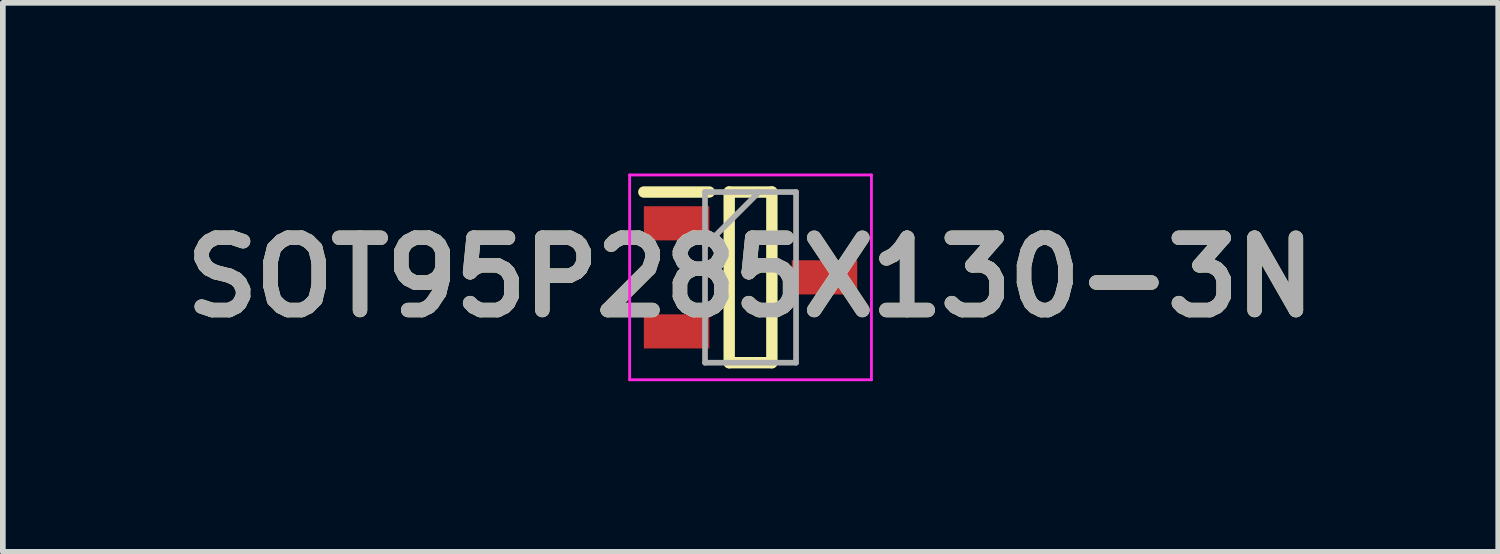
<source format=kicad_pcb>
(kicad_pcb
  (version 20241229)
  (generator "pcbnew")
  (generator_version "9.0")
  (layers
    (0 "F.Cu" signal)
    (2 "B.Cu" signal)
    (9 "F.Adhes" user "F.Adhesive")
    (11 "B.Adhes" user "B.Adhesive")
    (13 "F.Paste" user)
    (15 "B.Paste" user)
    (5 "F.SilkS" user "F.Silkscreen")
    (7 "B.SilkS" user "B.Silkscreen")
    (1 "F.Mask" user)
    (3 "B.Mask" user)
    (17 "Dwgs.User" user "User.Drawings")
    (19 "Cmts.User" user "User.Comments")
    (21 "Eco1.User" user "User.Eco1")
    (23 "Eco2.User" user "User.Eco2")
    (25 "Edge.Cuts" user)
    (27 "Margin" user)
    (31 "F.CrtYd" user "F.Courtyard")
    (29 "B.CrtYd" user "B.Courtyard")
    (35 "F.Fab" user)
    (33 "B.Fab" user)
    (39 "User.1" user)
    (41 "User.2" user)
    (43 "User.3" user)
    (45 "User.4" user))
  (footprint "SOT95P285X130-3N"
    (layer "F.Cu")
    (at 10.142 1.825)
    (property "Reference" "SOT95P285X130-3N" (at 0 0 0) (layer "F.SilkS") (effects (font (size 1.27 1.27) (thickness 0.254))))
    (attr smd)
    (fp_line (start -1.875 -1.5) (end -0.725 -1.5) (stroke (width 0.2) (type solid)) (layer "F.SilkS"))
    (fp_line (start -0.375 -1.5) (end 0.375 -1.5) (stroke (width 0.2) (type solid)) (layer "F.SilkS"))
    (fp_line (start -0.375 1.5) (end -0.375 -1.5) (stroke (width 0.2) (type solid)) (layer "F.SilkS"))
    (fp_line (start 0.375 -1.5) (end 0.375 1.5) (stroke (width 0.2) (type solid)) (layer "F.SilkS"))
    (fp_line (start 0.375 1.5) (end -0.375 1.5) (stroke (width 0.2) (type solid)) (layer "F.SilkS"))
    (fp_line (start -2.125 -1.8) (end 2.125 -1.8) (stroke (width 0.05) (type solid)) (layer "F.CrtYd"))
    (fp_line (start -2.125 1.8) (end -2.125 -1.8) (stroke (width 0.05) (type solid)) (layer "F.CrtYd"))
    (fp_line (start 2.125 -1.8) (end 2.125 1.8) (stroke (width 0.05) (type solid)) (layer "F.CrtYd"))
    (fp_line (start 2.125 1.8) (end -2.125 1.8) (stroke (width 0.05) (type solid)) (layer "F.CrtYd"))
    (fp_line (start -0.8 -1.5) (end 0.8 -1.5) (stroke (width 0.1) (type solid)) (layer "F.Fab"))
    (fp_line (start -0.8 -0.55) (end 0.15 -1.5) (stroke (width 0.1) (type solid)) (layer "F.Fab"))
    (fp_line (start -0.8 1.5) (end -0.8 -1.5) (stroke (width 0.1) (type solid)) (layer "F.Fab"))
    (fp_line (start 0.8 -1.5) (end 0.8 1.5) (stroke (width 0.1) (type solid)) (layer "F.Fab"))
    (fp_line (start 0.8 1.5) (end -0.8 1.5) (stroke (width 0.1) (type solid)) (layer "F.Fab"))
    (fp_text user "${REFERENCE}" (at 0 0 0) (layer "F.Fab") (effects (font (size 1.27 1.27) (thickness 0.254))))
    (pad "1" smd rect (at -1.3 -0.95 90) (size 0.6 1.15) (layers "F.Cu" "F.Mask" "F.Paste"))
    (pad "2" smd rect (at -1.3 0.95 90) (size 0.6 1.15) (layers "F.Cu" "F.Mask" "F.Paste"))
    (pad "3" smd rect (at 1.3 0 90) (size 0.6 1.15) (layers "F.Cu" "F.Mask" "F.Paste")))
  (gr_rect
    (start -3 -3)
    (end 23.284 6.65)
    (stroke (width 0.1) (type default))
    (fill no)
    (layer "Edge.Cuts")))
</source>
